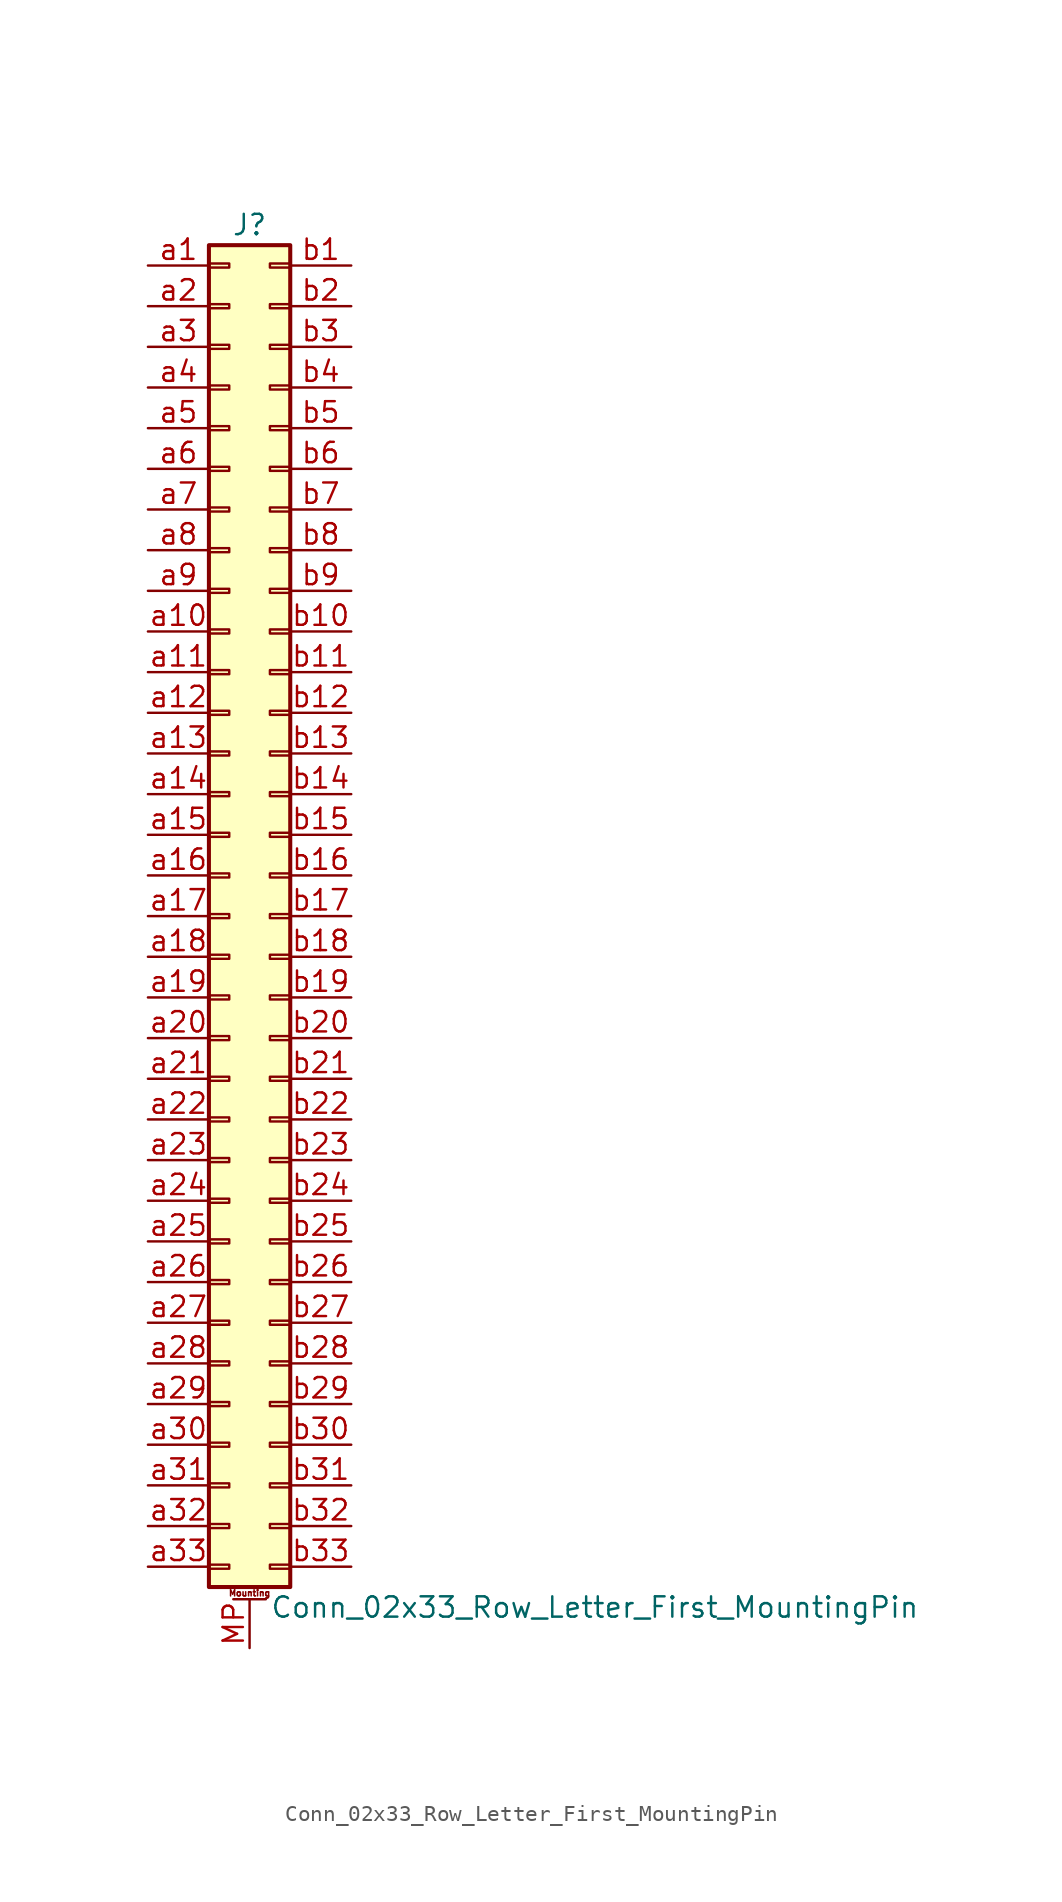
<source format=kicad_sym>
(kicad_symbol_lib
  (version 20201005)
  (generator kicad_symbol_editor)
  (symbol "Connector_Generic_MountingPin:Conn_02x33_Row_Letter_First_MountingPin"
    (pin_names
      (offset 1.016) hide)
    (property "Reference" "J"
      (at 1.27 43.18 0)
      (effects (font (size 1.27 1.27))))
    (property "Value" "Conn_02x33_Row_Letter_First_MountingPin"
      (at 2.54 -43.18 0)
      (effects (font (size 1.27 1.27)) (justify left)))
    (symbol "Conn_02x33_Row_Letter_First_MountingPin_1_1"
      (text "Mounting" (at 1.27 -42.291 0) (effects (font (size 0.381 0.381))))
      (rectangle (start -1.27 -27.813) (end 0 -28.067) (stroke (width 0.152)) (fill (type none)))
      (rectangle (start -1.27 -30.353) (end 0 -30.607) (stroke (width 0.152)) (fill (type none)))
      (rectangle (start -1.27 -32.893) (end 0 -33.147) (stroke (width 0.152)) (fill (type none)))
      (rectangle (start -1.27 -35.433) (end 0 -35.687) (stroke (width 0.152)) (fill (type none)))
      (rectangle (start -1.27 -37.973) (end 0 -38.227) (stroke (width 0.152)) (fill (type none)))
      (rectangle (start -1.27 -40.513) (end 0 -40.767) (stroke (width 0.152)) (fill (type none)))
      (rectangle (start -1.27 -4.953) (end 0 -5.207) (stroke (width 0.152)) (fill (type none)))
      (rectangle (start -1.27 -7.493) (end 0 -7.747) (stroke (width 0.152)) (fill (type none)))
      (rectangle (start -1.27 -10.033) (end 0 -10.287) (stroke (width 0.152)) (fill (type none)))
      (rectangle (start -1.27 -12.573) (end 0 -12.827) (stroke (width 0.152)) (fill (type none)))
      (rectangle (start -1.27 -15.113) (end 0 -15.367) (stroke (width 0.152)) (fill (type none)))
      (rectangle (start -1.27 -17.653) (end 0 -17.907) (stroke (width 0.152)) (fill (type none)))
      (rectangle (start -1.27 -20.193) (end 0 -20.447) (stroke (width 0.152)) (fill (type none)))
      (rectangle (start -1.27 -22.733) (end 0 -22.987) (stroke (width 0.152)) (fill (type none)))
      (rectangle (start -1.27 -2.413) (end 0 -2.667) (stroke (width 0.152)) (fill (type none)))
      (rectangle (start -1.27 -25.273) (end 0 -25.527) (stroke (width 0.152)) (fill (type none)))
      (rectangle (start -1.27 25.527) (end 0 25.273) (stroke (width 0.152)) (fill (type none)))
      (rectangle (start -1.27 2.667) (end 0 2.413) (stroke (width 0.152)) (fill (type none)))
      (rectangle (start -1.27 28.067) (end 0 27.813) (stroke (width 0.152)) (fill (type none)))
      (rectangle (start -1.27 30.607) (end 0 30.353) (stroke (width 0.152)) (fill (type none)))
      (rectangle (start -1.27 33.147) (end 0 32.893) (stroke (width 0.152)) (fill (type none)))
      (rectangle (start -1.27 35.687) (end 0 35.433) (stroke (width 0.152)) (fill (type none)))
      (rectangle (start -1.27 38.227) (end 0 37.973) (stroke (width 0.152)) (fill (type none)))
      (rectangle (start -1.27 40.767) (end 0 40.513) (stroke (width 0.152)) (fill (type none)))
      (rectangle (start -1.27 41.91) (end 3.81 -41.91) (stroke (width 0.254)) (fill (type background)))
      (rectangle (start -1.27 5.207) (end 0 4.953) (stroke (width 0.152)) (fill (type none)))
      (rectangle (start -1.27 7.747) (end 0 7.493) (stroke (width 0.152)) (fill (type none)))
      (rectangle (start -1.27 10.287) (end 0 10.033) (stroke (width 0.152)) (fill (type none)))
      (rectangle (start -1.27 0.127) (end 0 -0.127) (stroke (width 0.152)) (fill (type none)))
      (rectangle (start -1.27 12.827) (end 0 12.573) (stroke (width 0.152)) (fill (type none)))
      (rectangle (start -1.27 15.367) (end 0 15.113) (stroke (width 0.152)) (fill (type none)))
      (rectangle (start -1.27 17.907) (end 0 17.653) (stroke (width 0.152)) (fill (type none)))
      (rectangle (start -1.27 20.447) (end 0 20.193) (stroke (width 0.152)) (fill (type none)))
      (rectangle (start -1.27 22.987) (end 0 22.733) (stroke (width 0.152)) (fill (type none)))
      (rectangle (start 3.81 -27.813) (end 2.54 -28.067) (stroke (width 0.152)) (fill (type none)))
      (rectangle (start 3.81 -30.353) (end 2.54 -30.607) (stroke (width 0.152)) (fill (type none)))
      (rectangle (start 3.81 -32.893) (end 2.54 -33.147) (stroke (width 0.152)) (fill (type none)))
      (rectangle (start 3.81 -35.433) (end 2.54 -35.687) (stroke (width 0.152)) (fill (type none)))
      (rectangle (start 3.81 -37.973) (end 2.54 -38.227) (stroke (width 0.152)) (fill (type none)))
      (rectangle (start 3.81 -40.513) (end 2.54 -40.767) (stroke (width 0.152)) (fill (type none)))
      (rectangle (start 3.81 -4.953) (end 2.54 -5.207) (stroke (width 0.152)) (fill (type none)))
      (rectangle (start 3.81 -7.493) (end 2.54 -7.747) (stroke (width 0.152)) (fill (type none)))
      (rectangle (start 3.81 -10.033) (end 2.54 -10.287) (stroke (width 0.152)) (fill (type none)))
      (rectangle (start 3.81 -12.573) (end 2.54 -12.827) (stroke (width 0.152)) (fill (type none)))
      (rectangle (start 3.81 -15.113) (end 2.54 -15.367) (stroke (width 0.152)) (fill (type none)))
      (rectangle (start 3.81 -17.653) (end 2.54 -17.907) (stroke (width 0.152)) (fill (type none)))
      (rectangle (start 3.81 -20.193) (end 2.54 -20.447) (stroke (width 0.152)) (fill (type none)))
      (rectangle (start 3.81 -22.733) (end 2.54 -22.987) (stroke (width 0.152)) (fill (type none)))
      (rectangle (start 3.81 -2.413) (end 2.54 -2.667) (stroke (width 0.152)) (fill (type none)))
      (rectangle (start 3.81 -25.273) (end 2.54 -25.527) (stroke (width 0.152)) (fill (type none)))
      (rectangle (start 3.81 25.527) (end 2.54 25.273) (stroke (width 0.152)) (fill (type none)))
      (rectangle (start 3.81 2.667) (end 2.54 2.413) (stroke (width 0.152)) (fill (type none)))
      (rectangle (start 3.81 28.067) (end 2.54 27.813) (stroke (width 0.152)) (fill (type none)))
      (rectangle (start 3.81 30.607) (end 2.54 30.353) (stroke (width 0.152)) (fill (type none)))
      (rectangle (start 3.81 33.147) (end 2.54 32.893) (stroke (width 0.152)) (fill (type none)))
      (rectangle (start 3.81 35.687) (end 2.54 35.433) (stroke (width 0.152)) (fill (type none)))
      (rectangle (start 3.81 38.227) (end 2.54 37.973) (stroke (width 0.152)) (fill (type none)))
      (rectangle (start 3.81 40.767) (end 2.54 40.513) (stroke (width 0.152)) (fill (type none)))
      (rectangle (start 3.81 5.207) (end 2.54 4.953) (stroke (width 0.152)) (fill (type none)))
      (rectangle (start 3.81 7.747) (end 2.54 7.493) (stroke (width 0.152)) (fill (type none)))
      (rectangle (start 3.81 10.287) (end 2.54 10.033) (stroke (width 0.152)) (fill (type none)))
      (rectangle (start 3.81 0.127) (end 2.54 -0.127) (stroke (width 0.152)) (fill (type none)))
      (rectangle (start 3.81 12.827) (end 2.54 12.573) (stroke (width 0.152)) (fill (type none)))
      (rectangle (start 3.81 15.367) (end 2.54 15.113) (stroke (width 0.152)) (fill (type none)))
      (rectangle (start 3.81 17.907) (end 2.54 17.653) (stroke (width 0.152)) (fill (type none)))
      (rectangle (start 3.81 20.447) (end 2.54 20.193) (stroke (width 0.152)) (fill (type none)))
      (rectangle (start 3.81 22.987) (end 2.54 22.733) (stroke (width 0.152)) (fill (type none)))
      (polyline (pts (xy 0.254 -42.672) (xy 2.286 -42.672)) (stroke (width 0.152)) (fill (type none)))
      (pin passive line (at 1.27 -45.72 90) (length 3.048) (name "MountPin" (effects (font (size 1.27 1.27)))) (number "MP" (effects (font (size 1.27 1.27)))))
      (pin passive line (at -5.08 40.64 0) (length 3.81) (name "Pin_a1" (effects (font (size 1.27 1.27)))) (number "a1" (effects (font (size 1.27 1.27)))))
      (pin passive line (at -5.08 17.78 0) (length 3.81) (name "Pin_a10" (effects (font (size 1.27 1.27)))) (number "a10" (effects (font (size 1.27 1.27)))))
      (pin passive line (at -5.08 15.24 0) (length 3.81) (name "Pin_a11" (effects (font (size 1.27 1.27)))) (number "a11" (effects (font (size 1.27 1.27)))))
      (pin passive line (at -5.08 12.7 0) (length 3.81) (name "Pin_a12" (effects (font (size 1.27 1.27)))) (number "a12" (effects (font (size 1.27 1.27)))))
      (pin passive line (at -5.08 10.16 0) (length 3.81) (name "Pin_a13" (effects (font (size 1.27 1.27)))) (number "a13" (effects (font (size 1.27 1.27)))))
      (pin passive line (at -5.08 7.62 0) (length 3.81) (name "Pin_a14" (effects (font (size 1.27 1.27)))) (number "a14" (effects (font (size 1.27 1.27)))))
      (pin passive line (at -5.08 5.08 0) (length 3.81) (name "Pin_a15" (effects (font (size 1.27 1.27)))) (number "a15" (effects (font (size 1.27 1.27)))))
      (pin passive line (at -5.08 2.54 0) (length 3.81) (name "Pin_a16" (effects (font (size 1.27 1.27)))) (number "a16" (effects (font (size 1.27 1.27)))))
      (pin passive line (at -5.08 0 0) (length 3.81) (name "Pin_a17" (effects (font (size 1.27 1.27)))) (number "a17" (effects (font (size 1.27 1.27)))))
      (pin passive line (at -5.08 -2.54 0) (length 3.81) (name "Pin_a18" (effects (font (size 1.27 1.27)))) (number "a18" (effects (font (size 1.27 1.27)))))
      (pin passive line (at -5.08 -5.08 0) (length 3.81) (name "Pin_a19" (effects (font (size 1.27 1.27)))) (number "a19" (effects (font (size 1.27 1.27)))))
      (pin passive line (at -5.08 38.1 0) (length 3.81) (name "Pin_a2" (effects (font (size 1.27 1.27)))) (number "a2" (effects (font (size 1.27 1.27)))))
      (pin passive line (at -5.08 -7.62 0) (length 3.81) (name "Pin_a20" (effects (font (size 1.27 1.27)))) (number "a20" (effects (font (size 1.27 1.27)))))
      (pin passive line (at -5.08 -10.16 0) (length 3.81) (name "Pin_a21" (effects (font (size 1.27 1.27)))) (number "a21" (effects (font (size 1.27 1.27)))))
      (pin passive line (at -5.08 -12.7 0) (length 3.81) (name "Pin_a22" (effects (font (size 1.27 1.27)))) (number "a22" (effects (font (size 1.27 1.27)))))
      (pin passive line (at -5.08 -15.24 0) (length 3.81) (name "Pin_a23" (effects (font (size 1.27 1.27)))) (number "a23" (effects (font (size 1.27 1.27)))))
      (pin passive line (at -5.08 -17.78 0) (length 3.81) (name "Pin_a24" (effects (font (size 1.27 1.27)))) (number "a24" (effects (font (size 1.27 1.27)))))
      (pin passive line (at -5.08 -20.32 0) (length 3.81) (name "Pin_a25" (effects (font (size 1.27 1.27)))) (number "a25" (effects (font (size 1.27 1.27)))))
      (pin passive line (at -5.08 -22.86 0) (length 3.81) (name "Pin_a26" (effects (font (size 1.27 1.27)))) (number "a26" (effects (font (size 1.27 1.27)))))
      (pin passive line (at -5.08 -25.4 0) (length 3.81) (name "Pin_a27" (effects (font (size 1.27 1.27)))) (number "a27" (effects (font (size 1.27 1.27)))))
      (pin passive line (at -5.08 -27.94 0) (length 3.81) (name "Pin_a28" (effects (font (size 1.27 1.27)))) (number "a28" (effects (font (size 1.27 1.27)))))
      (pin passive line (at -5.08 -30.48 0) (length 3.81) (name "Pin_a29" (effects (font (size 1.27 1.27)))) (number "a29" (effects (font (size 1.27 1.27)))))
      (pin passive line (at -5.08 35.56 0) (length 3.81) (name "Pin_a3" (effects (font (size 1.27 1.27)))) (number "a3" (effects (font (size 1.27 1.27)))))
      (pin passive line (at -5.08 -33.02 0) (length 3.81) (name "Pin_a30" (effects (font (size 1.27 1.27)))) (number "a30" (effects (font (size 1.27 1.27)))))
      (pin passive line (at -5.08 -35.56 0) (length 3.81) (name "Pin_a31" (effects (font (size 1.27 1.27)))) (number "a31" (effects (font (size 1.27 1.27)))))
      (pin passive line (at -5.08 -38.1 0) (length 3.81) (name "Pin_a32" (effects (font (size 1.27 1.27)))) (number "a32" (effects (font (size 1.27 1.27)))))
      (pin passive line (at -5.08 -40.64 0) (length 3.81) (name "Pin_a33" (effects (font (size 1.27 1.27)))) (number "a33" (effects (font (size 1.27 1.27)))))
      (pin passive line (at -5.08 33.02 0) (length 3.81) (name "Pin_a4" (effects (font (size 1.27 1.27)))) (number "a4" (effects (font (size 1.27 1.27)))))
      (pin passive line (at -5.08 30.48 0) (length 3.81) (name "Pin_a5" (effects (font (size 1.27 1.27)))) (number "a5" (effects (font (size 1.27 1.27)))))
      (pin passive line (at -5.08 27.94 0) (length 3.81) (name "Pin_a6" (effects (font (size 1.27 1.27)))) (number "a6" (effects (font (size 1.27 1.27)))))
      (pin passive line (at -5.08 25.4 0) (length 3.81) (name "Pin_a7" (effects (font (size 1.27 1.27)))) (number "a7" (effects (font (size 1.27 1.27)))))
      (pin passive line (at -5.08 22.86 0) (length 3.81) (name "Pin_a8" (effects (font (size 1.27 1.27)))) (number "a8" (effects (font (size 1.27 1.27)))))
      (pin passive line (at -5.08 20.32 0) (length 3.81) (name "Pin_a9" (effects (font (size 1.27 1.27)))) (number "a9" (effects (font (size 1.27 1.27)))))
      (pin passive line (at 7.62 40.64 180) (length 3.81) (name "Pin_b1" (effects (font (size 1.27 1.27)))) (number "b1" (effects (font (size 1.27 1.27)))))
      (pin passive line (at 7.62 17.78 180) (length 3.81) (name "Pin_b10" (effects (font (size 1.27 1.27)))) (number "b10" (effects (font (size 1.27 1.27)))))
      (pin passive line (at 7.62 15.24 180) (length 3.81) (name "Pin_b11" (effects (font (size 1.27 1.27)))) (number "b11" (effects (font (size 1.27 1.27)))))
      (pin passive line (at 7.62 12.7 180) (length 3.81) (name "Pin_b12" (effects (font (size 1.27 1.27)))) (number "b12" (effects (font (size 1.27 1.27)))))
      (pin passive line (at 7.62 10.16 180) (length 3.81) (name "Pin_b13" (effects (font (size 1.27 1.27)))) (number "b13" (effects (font (size 1.27 1.27)))))
      (pin passive line (at 7.62 7.62 180) (length 3.81) (name "Pin_b14" (effects (font (size 1.27 1.27)))) (number "b14" (effects (font (size 1.27 1.27)))))
      (pin passive line (at 7.62 5.08 180) (length 3.81) (name "Pin_b15" (effects (font (size 1.27 1.27)))) (number "b15" (effects (font (size 1.27 1.27)))))
      (pin passive line (at 7.62 2.54 180) (length 3.81) (name "Pin_b16" (effects (font (size 1.27 1.27)))) (number "b16" (effects (font (size 1.27 1.27)))))
      (pin passive line (at 7.62 0 180) (length 3.81) (name "Pin_b17" (effects (font (size 1.27 1.27)))) (number "b17" (effects (font (size 1.27 1.27)))))
      (pin passive line (at 7.62 -2.54 180) (length 3.81) (name "Pin_b18" (effects (font (size 1.27 1.27)))) (number "b18" (effects (font (size 1.27 1.27)))))
      (pin passive line (at 7.62 -5.08 180) (length 3.81) (name "Pin_b19" (effects (font (size 1.27 1.27)))) (number "b19" (effects (font (size 1.27 1.27)))))
      (pin passive line (at 7.62 38.1 180) (length 3.81) (name "Pin_b2" (effects (font (size 1.27 1.27)))) (number "b2" (effects (font (size 1.27 1.27)))))
      (pin passive line (at 7.62 -7.62 180) (length 3.81) (name "Pin_b20" (effects (font (size 1.27 1.27)))) (number "b20" (effects (font (size 1.27 1.27)))))
      (pin passive line (at 7.62 -10.16 180) (length 3.81) (name "Pin_b21" (effects (font (size 1.27 1.27)))) (number "b21" (effects (font (size 1.27 1.27)))))
      (pin passive line (at 7.62 -12.7 180) (length 3.81) (name "Pin_b22" (effects (font (size 1.27 1.27)))) (number "b22" (effects (font (size 1.27 1.27)))))
      (pin passive line (at 7.62 -15.24 180) (length 3.81) (name "Pin_b23" (effects (font (size 1.27 1.27)))) (number "b23" (effects (font (size 1.27 1.27)))))
      (pin passive line (at 7.62 -17.78 180) (length 3.81) (name "Pin_b24" (effects (font (size 1.27 1.27)))) (number "b24" (effects (font (size 1.27 1.27)))))
      (pin passive line (at 7.62 -20.32 180) (length 3.81) (name "Pin_b25" (effects (font (size 1.27 1.27)))) (number "b25" (effects (font (size 1.27 1.27)))))
      (pin passive line (at 7.62 -22.86 180) (length 3.81) (name "Pin_b26" (effects (font (size 1.27 1.27)))) (number "b26" (effects (font (size 1.27 1.27)))))
      (pin passive line (at 7.62 -25.4 180) (length 3.81) (name "Pin_b27" (effects (font (size 1.27 1.27)))) (number "b27" (effects (font (size 1.27 1.27)))))
      (pin passive line (at 7.62 -27.94 180) (length 3.81) (name "Pin_b28" (effects (font (size 1.27 1.27)))) (number "b28" (effects (font (size 1.27 1.27)))))
      (pin passive line (at 7.62 -30.48 180) (length 3.81) (name "Pin_b29" (effects (font (size 1.27 1.27)))) (number "b29" (effects (font (size 1.27 1.27)))))
      (pin passive line (at 7.62 35.56 180) (length 3.81) (name "Pin_b3" (effects (font (size 1.27 1.27)))) (number "b3" (effects (font (size 1.27 1.27)))))
      (pin passive line (at 7.62 -33.02 180) (length 3.81) (name "Pin_b30" (effects (font (size 1.27 1.27)))) (number "b30" (effects (font (size 1.27 1.27)))))
      (pin passive line (at 7.62 -35.56 180) (length 3.81) (name "Pin_b31" (effects (font (size 1.27 1.27)))) (number "b31" (effects (font (size 1.27 1.27)))))
      (pin passive line (at 7.62 -38.1 180) (length 3.81) (name "Pin_b32" (effects (font (size 1.27 1.27)))) (number "b32" (effects (font (size 1.27 1.27)))))
      (pin passive line (at 7.62 -40.64 180) (length 3.81) (name "Pin_b33" (effects (font (size 1.27 1.27)))) (number "b33" (effects (font (size 1.27 1.27)))))
      (pin passive line (at 7.62 33.02 180) (length 3.81) (name "Pin_b4" (effects (font (size 1.27 1.27)))) (number "b4" (effects (font (size 1.27 1.27)))))
      (pin passive line (at 7.62 30.48 180) (length 3.81) (name "Pin_b5" (effects (font (size 1.27 1.27)))) (number "b5" (effects (font (size 1.27 1.27)))))
      (pin passive line (at 7.62 27.94 180) (length 3.81) (name "Pin_b6" (effects (font (size 1.27 1.27)))) (number "b6" (effects (font (size 1.27 1.27)))))
      (pin passive line (at 7.62 25.4 180) (length 3.81) (name "Pin_b7" (effects (font (size 1.27 1.27)))) (number "b7" (effects (font (size 1.27 1.27)))))
      (pin passive line (at 7.62 22.86 180) (length 3.81) (name "Pin_b8" (effects (font (size 1.27 1.27)))) (number "b8" (effects (font (size 1.27 1.27)))))
      (pin passive line (at 7.62 20.32 180) (length 3.81) (name "Pin_b9" (effects (font (size 1.27 1.27)))) (number "b9" (effects (font (size 1.27 1.27))))))))
</source>
